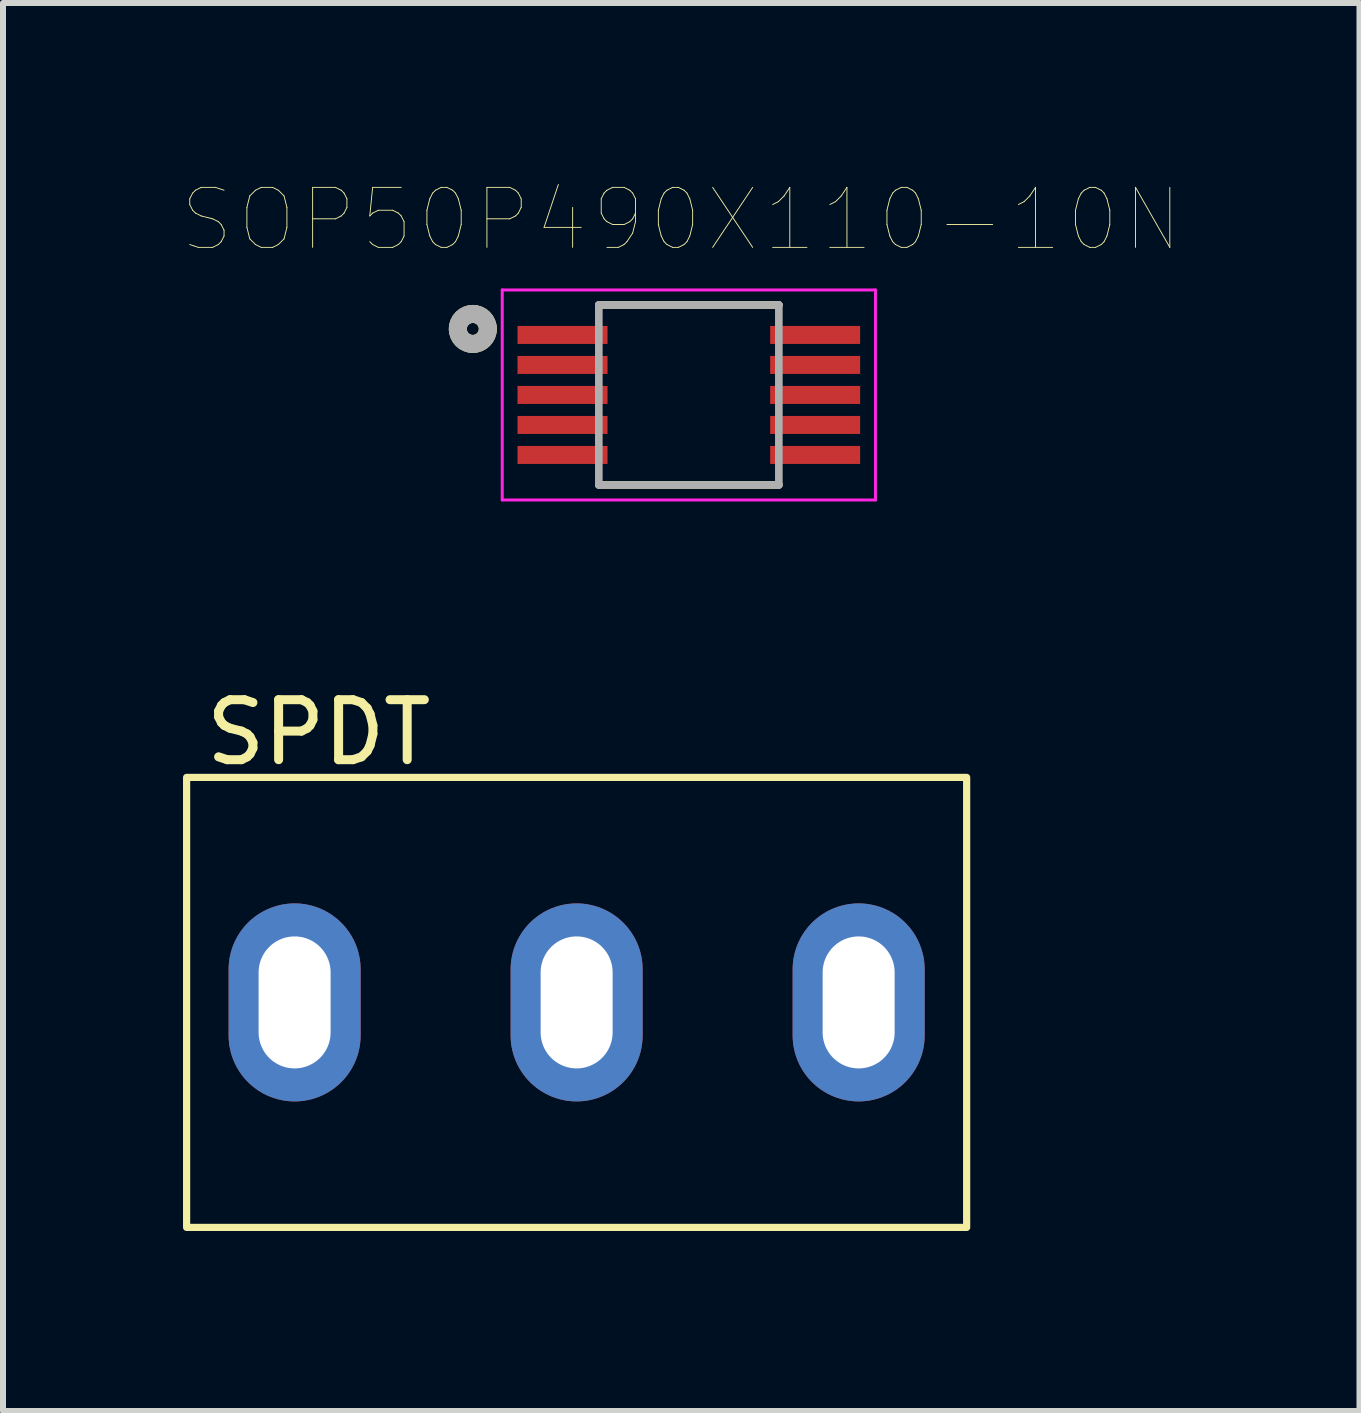
<source format=kicad_pcb>
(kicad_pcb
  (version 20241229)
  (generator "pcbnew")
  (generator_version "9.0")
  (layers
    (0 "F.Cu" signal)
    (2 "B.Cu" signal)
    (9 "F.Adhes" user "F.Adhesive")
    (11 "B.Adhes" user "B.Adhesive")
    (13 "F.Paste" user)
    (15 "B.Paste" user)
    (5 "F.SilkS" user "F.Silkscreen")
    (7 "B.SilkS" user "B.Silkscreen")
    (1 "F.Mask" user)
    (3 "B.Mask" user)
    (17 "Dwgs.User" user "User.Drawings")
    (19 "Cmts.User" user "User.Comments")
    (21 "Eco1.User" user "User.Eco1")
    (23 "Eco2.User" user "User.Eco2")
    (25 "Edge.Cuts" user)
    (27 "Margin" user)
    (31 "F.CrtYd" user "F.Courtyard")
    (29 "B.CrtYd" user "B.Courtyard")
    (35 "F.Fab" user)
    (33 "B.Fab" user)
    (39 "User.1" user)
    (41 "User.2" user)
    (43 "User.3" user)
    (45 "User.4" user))
  (footprint "SOP50P490X110-10N"
    (layer "F.Cu")
    (at 8.43 3.532)
    (property "Reference" "SOP50P490X110-10N" (at -0.127 -2.921 0) (layer "F.SilkS") (effects (font (size 1 1) (thickness 0.015))))
    (attr through_hole)
    (fp_line (start -1.5 -1.5) (end 1.5 -1.5) (stroke (width 0.127) (type solid)) (layer "F.SilkS"))
    (fp_line (start 1.5 1.5) (end -1.5 1.5) (stroke (width 0.127) (type solid)) (layer "F.SilkS"))
    (fp_circle (center -3.6 -1.1) (end -3.5 -1.1) (stroke (width 0.3) (type solid)) (fill no) (layer "F.SilkS"))
    (fp_line (start -3.11 -1.75) (end 3.11 -1.75) (stroke (width 0.05) (type solid)) (layer "F.CrtYd"))
    (fp_line (start -3.11 1.75) (end -3.11 -1.75) (stroke (width 0.05) (type solid)) (layer "F.CrtYd"))
    (fp_line (start 3.11 -1.75) (end 3.11 1.75) (stroke (width 0.05) (type solid)) (layer "F.CrtYd"))
    (fp_line (start 3.11 1.75) (end -3.11 1.75) (stroke (width 0.05) (type solid)) (layer "F.CrtYd"))
    (fp_line (start -1.5 -1.5) (end 1.5 -1.5) (stroke (width 0.127) (type solid)) (layer "F.Fab"))
    (fp_line (start -1.5 1.5) (end -1.5 -1.5) (stroke (width 0.127) (type solid)) (layer "F.Fab"))
    (fp_line (start 1.5 -1.5) (end 1.5 1.5) (stroke (width 0.127) (type solid)) (layer "F.Fab"))
    (fp_line (start 1.5 1.5) (end -1.5 1.5) (stroke (width 0.127) (type solid)) (layer "F.Fab"))
    (fp_circle (center -3.6 -1.1) (end -3.5 -1.1) (stroke (width 0.3) (type solid)) (fill no) (layer "F.Fab"))
    (pad "1" smd rect (at -2.105 -1) (size 1.5 0.3) (layers "F.Cu" "F.Mask" "F.Paste"))
    (pad "2" smd rect (at -2.105 -0.5) (size 1.5 0.3) (layers "F.Cu" "F.Mask" "F.Paste"))
    (pad "3" smd rect (at -2.105 0) (size 1.5 0.3) (layers "F.Cu" "F.Mask" "F.Paste"))
    (pad "4" smd rect (at -2.105 0.5) (size 1.5 0.3) (layers "F.Cu" "F.Mask" "F.Paste"))
    (pad "5" smd rect (at -2.105 1) (size 1.5 0.3) (layers "F.Cu" "F.Mask" "F.Paste"))
    (pad "6" smd rect (at 2.105 1) (size 1.5 0.3) (layers "F.Cu" "F.Mask" "F.Paste"))
    (pad "7" smd rect (at 2.105 0.5) (size 1.5 0.3) (layers "F.Cu" "F.Mask" "F.Paste"))
    (pad "8" smd rect (at 2.105 0) (size 1.5 0.3) (layers "F.Cu" "F.Mask" "F.Paste"))
    (pad "9" smd rect (at 2.105 -0.5) (size 1.5 0.3) (layers "F.Cu" "F.Mask" "F.Paste"))
    (pad "10" smd rect (at 2.105 -1) (size 1.5 0.3) (layers "F.Cu" "F.Mask" "F.Paste")))
  (footprint "SPDT"
    (layer "F.Cu")
    (at 6.56 13.656)
    (property "Reference" "SPDT" (at -4.3 -4.5 0) (unlocked yes) (layer "F.SilkS") (effects (font (size 1 1) (thickness 0.15))))
    (attr through_hole)
    (fp_rect (start -6.5 -3.75) (end 6.5 3.75) (stroke (width 0.12) (type solid)) (fill no) (layer "F.SilkS"))
    (pad "1" thru_hole oval (at -4.7 0) (size 2.2 3.3) (drill oval 1.2 2.2) (layers "*.Cu" "*.Mask"))
    (pad "2" thru_hole oval (at 0 0) (size 2.2 3.3) (drill oval 1.2 2.2) (layers "*.Cu" "*.Mask"))
    (pad "3" thru_hole oval (at 4.7 0) (size 2.2 3.3) (drill oval 1.2 2.2) (layers "*.Cu" "*.Mask")))
  (gr_rect
    (start -3 -3)
    (end 19.607 20.466)
    (stroke (width 0.1) (type default))
    (fill no)
    (layer "Edge.Cuts")))
</source>
